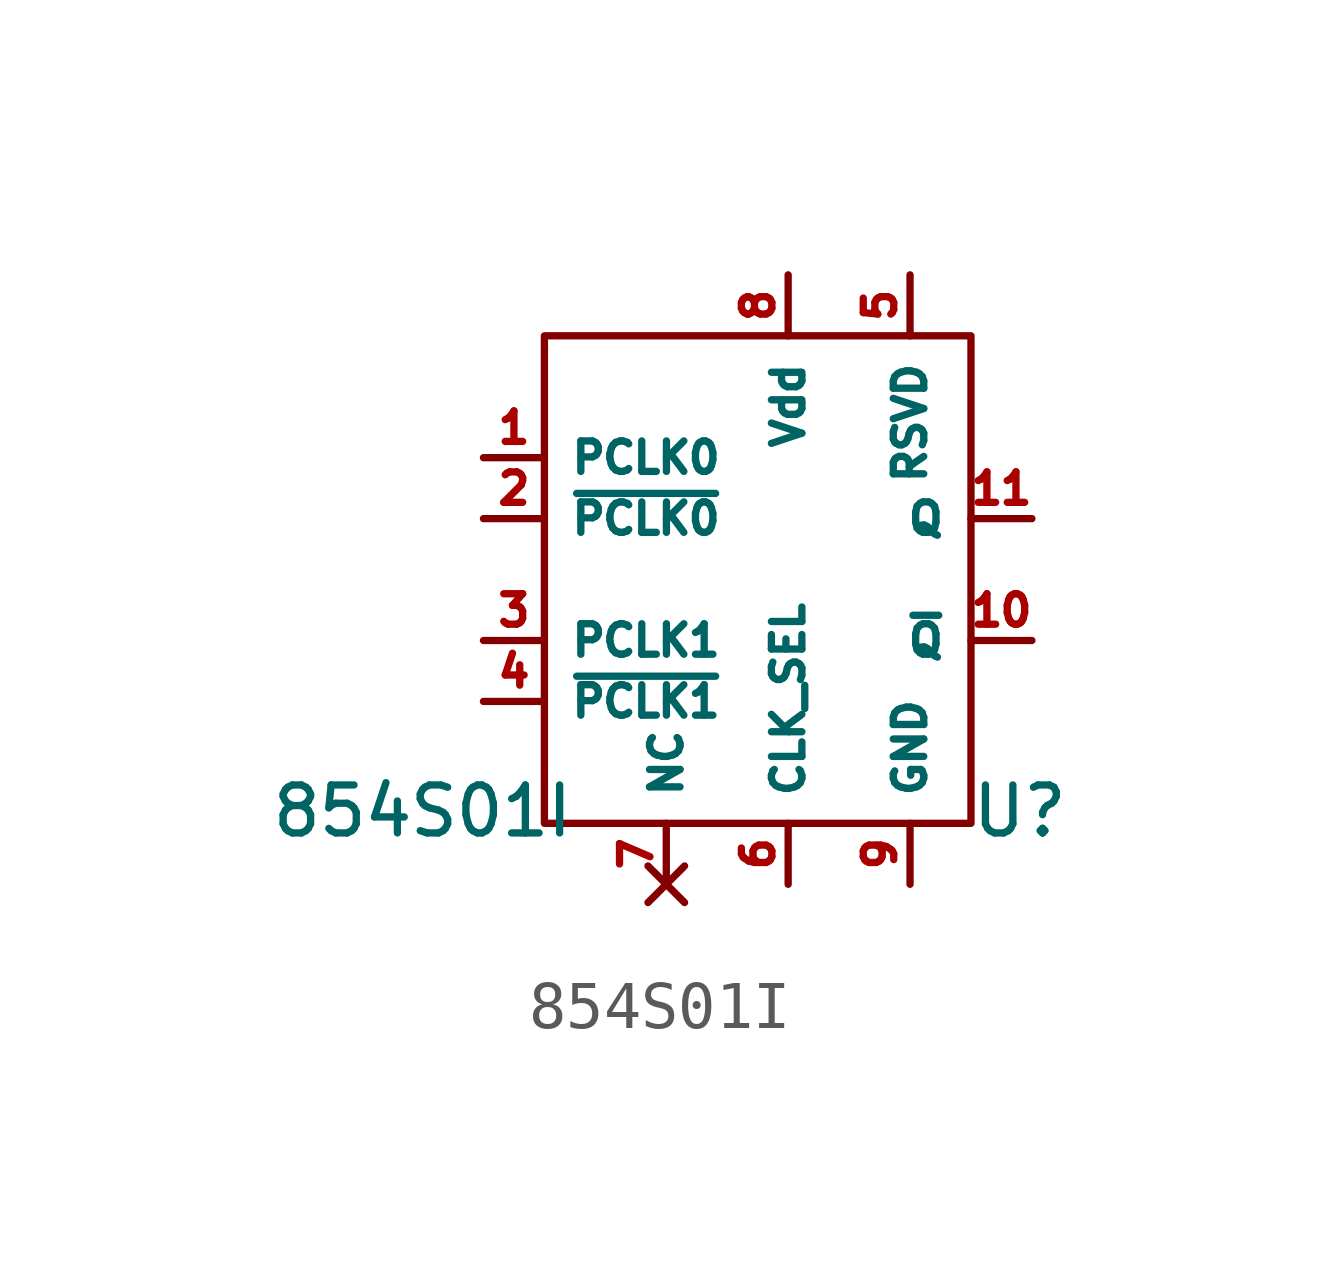
<source format=kicad_sym>
(kicad_symbol_lib
  (version 20241209)
  (generator "kicad_symbol_editor")
  (generator_version "9.0")
  (symbol "854S01I"
    (property "Reference" "U"
      (at 4.826 -4.826 0)
      (effects (font (size 1 1))))
    (property "Value" "854S01I"
      (at -7.62 -4.826 0)
      (effects (font (size 1 1))))
    (symbol "854S01I_0_1"
      (rectangle (start -5.08 5.08) (end 3.81 -5.08) (stroke (width 0) (type default)) (fill (type none))))
    (symbol "854S01I_1_1"
      (pin input line (at -6.35 2.54 0) (length 1.27) (name "PCLK0" (effects (font (size 0.635 0.635)))) (number "1" (effects (font (size 0.635 0.635)))))
      (pin input line (at -6.35 1.27 0) (length 1.27) (name "~{PCLK0}" (effects (font (size 0.635 0.635)))) (number "2" (effects (font (size 0.635 0.635)))))
      (pin input line (at -6.35 -1.27 0) (length 1.27) (name "PCLK1" (effects (font (size 0.635 0.635)))) (number "3" (effects (font (size 0.635 0.635)))))
      (pin input line (at -6.35 -2.54 0) (length 1.27) (name "~{PCLK1}" (effects (font (size 0.635 0.635)))) (number "4" (effects (font (size 0.635 0.635)))))
      (pin no_connect line (at -2.54 -6.35 90) (length 1.27) (hide yes) (name "NC" (effects (font (size 0.635 0.635)))) (number "16" (effects (font (size 0.635 0.635)))))
      (pin no_connect line (at -2.54 -6.35 90) (length 1.27) (name "NC" (effects (font (size 0.635 0.635)))) (number "7" (effects (font (size 0.635 0.635)))))
      (pin power_in line (at 0 6.35 270) (length 1.27) (hide yes) (name "Vdd" (effects (font (size 0.635 0.635)))) (number "13" (effects (font (size 0.635 0.635)))))
      (pin power_in line (at 0 6.35 270) (length 1.27) (name "Vdd" (effects (font (size 0.635 0.635)))) (number "8" (effects (font (size 0.635 0.635)))))
      (pin input line (at 0 -6.35 90) (length 1.27) (name "CLK_SEL" (effects (font (size 0.635 0.635)))) (number "6" (effects (font (size 0.635 0.635)))))
      (pin input line (at 2.54 6.35 270) (length 1.27) (name "RSVD" (effects (font (size 0.635 0.635)))) (number "5" (effects (font (size 0.635 0.635)))))
      (pin power_in line (at 2.54 -6.35 90) (length 1.27) (hide yes) (name "GND" (effects (font (size 0.635 0.635)))) (number "12" (effects (font (size 0.635 0.635)))))
      (pin power_in line (at 2.54 -6.35 90) (length 1.27) (hide yes) (name "GND" (effects (font (size 0.635 0.635)))) (number "14" (effects (font (size 0.635 0.635)))))
      (pin power_in line (at 2.54 -6.35 90) (length 1.27) (hide yes) (name "GND" (effects (font (size 0.635 0.635)))) (number "15" (effects (font (size 0.635 0.635)))))
      (pin power_in line (at 2.54 -6.35 90) (length 1.27) (hide yes) (name "GND" (effects (font (size 0.635 0.635)))) (number "17" (effects (font (size 0.635 0.635)))))
      (pin power_in line (at 2.54 -6.35 90) (length 1.27) (name "GND" (effects (font (size 0.635 0.635)))) (number "9" (effects (font (size 0.635 0.635)))))
      (pin output line (at 5.08 1.27 180) (length 1.27) (name "Q" (effects (font (size 0.635 0.635)))) (number "11" (effects (font (size 0.635 0.635)))))
      (pin output line (at 5.08 -1.27 180) (length 1.27) (name "~{Q}" (effects (font (size 0.635 0.635)))) (number "10" (effects (font (size 0.635 0.635))))))))
</source>
